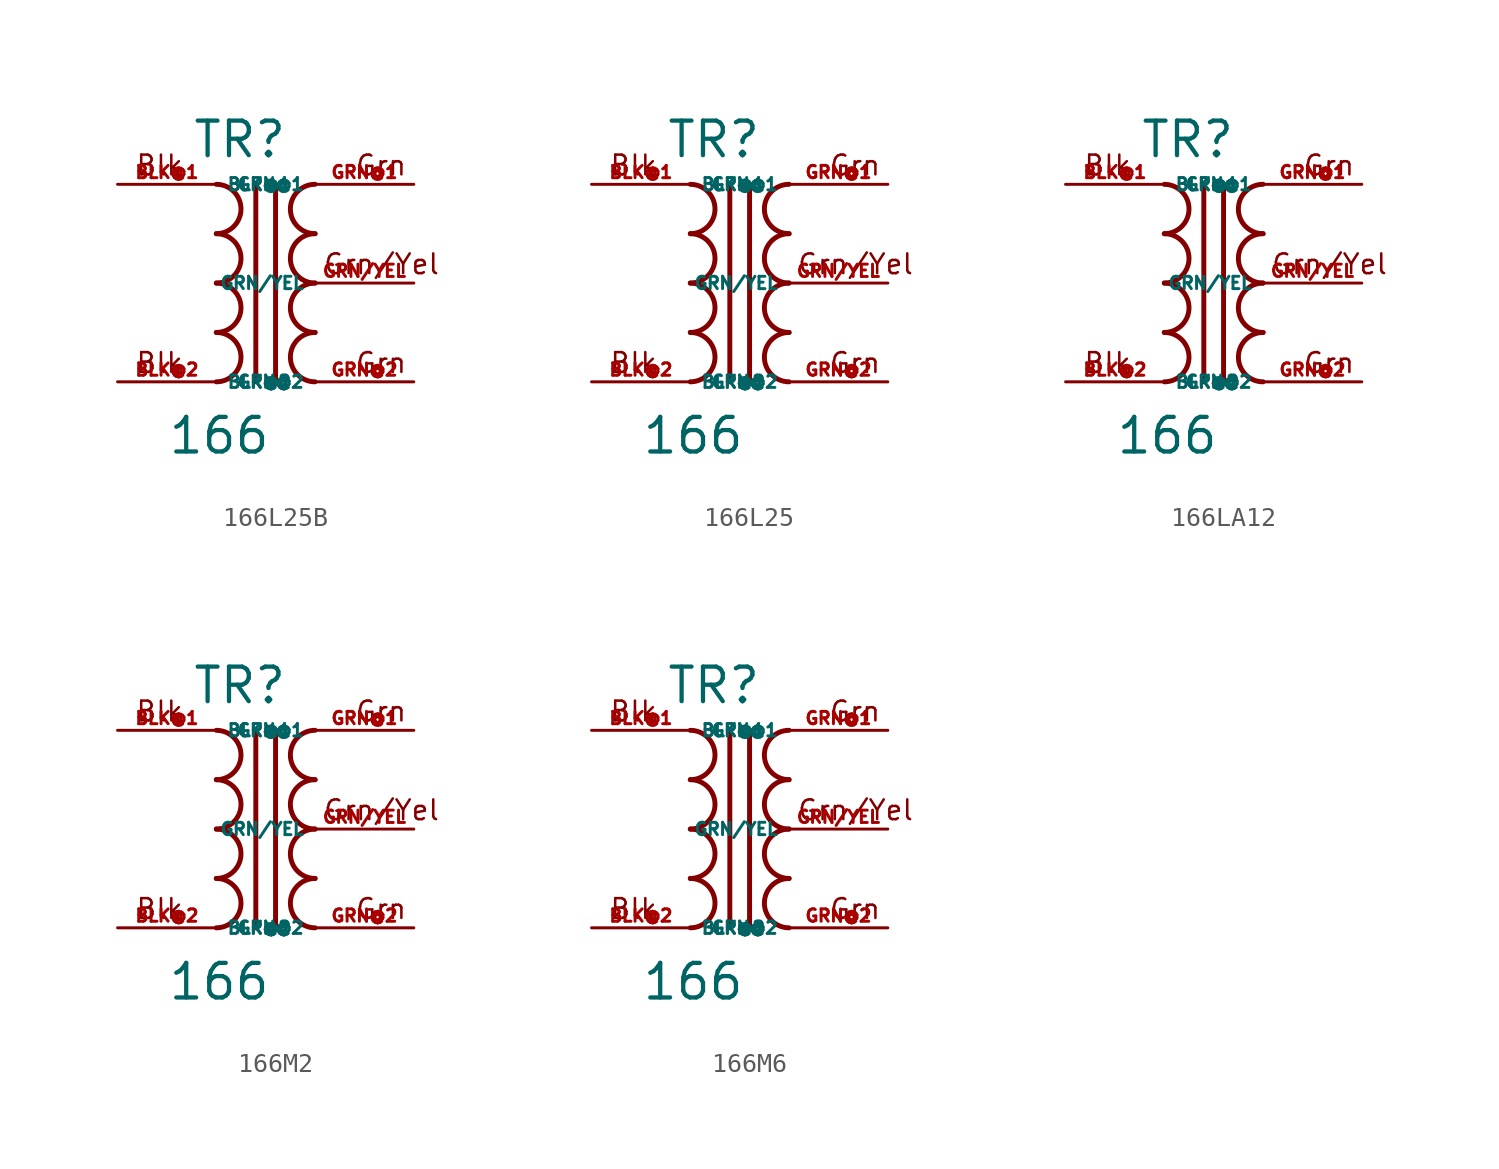
<source format=kicad_sym>
(kicad_symbol_lib
  (version 20220914)
  (generator Eagle2Kicad)
  (symbol "166L25B"
    (property "Reference" "TR"
      (at -3.81 6.35 0)
      (effects (font (size 1.778 1.778) (thickness 0.22)) (justify left bottom)))
    (property "Value" "166"
      (at -5.08 -8.89 0)
      (effects (font (size 1.778 1.778) (thickness 0.22)) (justify left bottom)))
    (polyline
      (pts (xy -0.508 5.08) (xy -0.508 -5.08))
      (stroke (width 0.254) (type default))
      (fill (type none)))
    (arc
      (start -2.54 0)
      (mid -1.270 1.270)
      (end -2.54 2.54)
      (stroke (width 0.254) (type default))
      (fill (type none)))
    (arc
      (start -2.54 -2.54)
      (mid -1.270 -1.270)
      (end -2.54 0)
      (stroke (width 0.254) (type default))
      (fill (type none)))
    (arc
      (start -2.54 -5.08)
      (mid -1.270 -3.810)
      (end -2.54 -2.54)
      (stroke (width 0.254) (type default))
      (fill (type none)))
    (arc
      (start -2.54 2.54)
      (mid -1.270 3.810)
      (end -2.54 5.08)
      (stroke (width 0.254) (type default))
      (fill (type none)))
    (arc
      (start 2.54 2.54)
      (mid 1.270 1.270)
      (end 2.54 0)
      (stroke (width 0.254) (type default))
      (fill (type none)))
    (arc
      (start 2.54 5.08)
      (mid 1.270 3.810)
      (end 2.54 2.54)
      (stroke (width 0.254) (type default))
      (fill (type none)))
    (arc
      (start 2.54 0)
      (mid 1.270 -1.270)
      (end 2.54 -2.54)
      (stroke (width 0.254) (type default))
      (fill (type none)))
    (arc
      (start 2.54 -2.54)
      (mid 1.270 -3.810)
      (end 2.54 -5.08)
      (stroke (width 0.254) (type default))
      (fill (type none)))
    (polyline
      (pts (xy 0.508 5.08) (xy 0.508 -5.08))
      (stroke (width 0.254) (type default))
      (fill (type none)))
    (text "Blk"
      (at -6.731 5.461 0)
      (effects (font (size 1.016 1.016) (thickness 0.13)) (justify left bottom)))
    (text "Blk"
      (at -6.731 -4.699 0)
      (effects (font (size 1.016 1.016) (thickness 0.13)) (justify left bottom)))
    (text "Grn"
      (at 4.572 5.461 0)
      (effects (font (size 1.016 1.016) (thickness 0.13)) (justify left bottom)))
    (text "Grn"
      (at 4.572 -4.699 0)
      (effects (font (size 1.016 1.016) (thickness 0.13)) (justify left bottom)))
    (text "Grn/Yel"
      (at 2.921 0.381 0)
      (effects (font (size 1.016 1.016) (thickness 0.13)) (justify left bottom)))
    (pin passive line
      (at -7.62 5.08 0)
      (length 5.08)
      (name "BLK@1" (effects (font (size 0.635 0.635) (thickness 0.08)) (justify left bottom)))
      (number "BLK@1" (effects (font (size 0.635 0.635) (thickness 0.08)) (justify left bottom))))
    (pin passive line
      (at -7.62 -5.08 0)
      (length 5.08)
      (name "BLK@2" (effects (font (size 0.635 0.635) (thickness 0.08)) (justify left bottom)))
      (number "BLK@2" (effects (font (size 0.635 0.635) (thickness 0.08)) (justify left bottom))))
    (pin passive line
      (at 7.62 5.08 180)
      (length 5.08)
      (name "GRN@1" (effects (font (size 0.635 0.635) (thickness 0.08)) (justify left bottom)))
      (number "GRN@1" (effects (font (size 0.635 0.635) (thickness 0.08)) (justify left bottom))))
    (pin passive line
      (at 7.62 0 180)
      (length 5.08)
      (name "GRN/YEL" (effects (font (size 0.635 0.635) (thickness 0.08)) (justify left bottom)))
      (number "GRN/YEL" (effects (font (size 0.635 0.635) (thickness 0.08)) (justify left bottom))))
    (pin passive line
      (at 7.62 -5.08 180)
      (length 5.08)
      (name "GRN@2" (effects (font (size 0.635 0.635) (thickness 0.08)) (justify left bottom)))
      (number "GRN@2" (effects (font (size 0.635 0.635) (thickness 0.08)) (justify left bottom)))))
  (symbol "166L25"
    (property "Reference" "TR"
      (at -3.81 6.35 0)
      (effects (font (size 1.778 1.778) (thickness 0.22)) (justify left bottom)))
    (property "Value" "166"
      (at -5.08 -8.89 0)
      (effects (font (size 1.778 1.778) (thickness 0.22)) (justify left bottom)))
    (polyline
      (pts (xy -0.508 5.08) (xy -0.508 -5.08))
      (stroke (width 0.254) (type default))
      (fill (type none)))
    (arc
      (start -2.54 0)
      (mid -1.270 1.270)
      (end -2.54 2.54)
      (stroke (width 0.254) (type default))
      (fill (type none)))
    (arc
      (start -2.54 -2.54)
      (mid -1.270 -1.270)
      (end -2.54 0)
      (stroke (width 0.254) (type default))
      (fill (type none)))
    (arc
      (start -2.54 -5.08)
      (mid -1.270 -3.810)
      (end -2.54 -2.54)
      (stroke (width 0.254) (type default))
      (fill (type none)))
    (arc
      (start -2.54 2.54)
      (mid -1.270 3.810)
      (end -2.54 5.08)
      (stroke (width 0.254) (type default))
      (fill (type none)))
    (arc
      (start 2.54 2.54)
      (mid 1.270 1.270)
      (end 2.54 0)
      (stroke (width 0.254) (type default))
      (fill (type none)))
    (arc
      (start 2.54 5.08)
      (mid 1.270 3.810)
      (end 2.54 2.54)
      (stroke (width 0.254) (type default))
      (fill (type none)))
    (arc
      (start 2.54 0)
      (mid 1.270 -1.270)
      (end 2.54 -2.54)
      (stroke (width 0.254) (type default))
      (fill (type none)))
    (arc
      (start 2.54 -2.54)
      (mid 1.270 -3.810)
      (end 2.54 -5.08)
      (stroke (width 0.254) (type default))
      (fill (type none)))
    (polyline
      (pts (xy 0.508 5.08) (xy 0.508 -5.08))
      (stroke (width 0.254) (type default))
      (fill (type none)))
    (text "Blk"
      (at -6.731 5.461 0)
      (effects (font (size 1.016 1.016) (thickness 0.13)) (justify left bottom)))
    (text "Blk"
      (at -6.731 -4.699 0)
      (effects (font (size 1.016 1.016) (thickness 0.13)) (justify left bottom)))
    (text "Grn"
      (at 4.572 5.461 0)
      (effects (font (size 1.016 1.016) (thickness 0.13)) (justify left bottom)))
    (text "Grn"
      (at 4.572 -4.699 0)
      (effects (font (size 1.016 1.016) (thickness 0.13)) (justify left bottom)))
    (text "Grn/Yel"
      (at 2.921 0.381 0)
      (effects (font (size 1.016 1.016) (thickness 0.13)) (justify left bottom)))
    (pin passive line
      (at -7.62 5.08 0)
      (length 5.08)
      (name "BLK@1" (effects (font (size 0.635 0.635) (thickness 0.08)) (justify left bottom)))
      (number "BLK@1" (effects (font (size 0.635 0.635) (thickness 0.08)) (justify left bottom))))
    (pin passive line
      (at -7.62 -5.08 0)
      (length 5.08)
      (name "BLK@2" (effects (font (size 0.635 0.635) (thickness 0.08)) (justify left bottom)))
      (number "BLK@2" (effects (font (size 0.635 0.635) (thickness 0.08)) (justify left bottom))))
    (pin passive line
      (at 7.62 5.08 180)
      (length 5.08)
      (name "GRN@1" (effects (font (size 0.635 0.635) (thickness 0.08)) (justify left bottom)))
      (number "GRN@1" (effects (font (size 0.635 0.635) (thickness 0.08)) (justify left bottom))))
    (pin passive line
      (at 7.62 0 180)
      (length 5.08)
      (name "GRN/YEL" (effects (font (size 0.635 0.635) (thickness 0.08)) (justify left bottom)))
      (number "GRN/YEL" (effects (font (size 0.635 0.635) (thickness 0.08)) (justify left bottom))))
    (pin passive line
      (at 7.62 -5.08 180)
      (length 5.08)
      (name "GRN@2" (effects (font (size 0.635 0.635) (thickness 0.08)) (justify left bottom)))
      (number "GRN@2" (effects (font (size 0.635 0.635) (thickness 0.08)) (justify left bottom)))))
  (symbol "166LA12"
    (property "Reference" "TR"
      (at -3.81 6.35 0)
      (effects (font (size 1.778 1.778) (thickness 0.22)) (justify left bottom)))
    (property "Value" "166"
      (at -5.08 -8.89 0)
      (effects (font (size 1.778 1.778) (thickness 0.22)) (justify left bottom)))
    (polyline
      (pts (xy -0.508 5.08) (xy -0.508 -5.08))
      (stroke (width 0.254) (type default))
      (fill (type none)))
    (arc
      (start -2.54 0)
      (mid -1.270 1.270)
      (end -2.54 2.54)
      (stroke (width 0.254) (type default))
      (fill (type none)))
    (arc
      (start -2.54 -2.54)
      (mid -1.270 -1.270)
      (end -2.54 0)
      (stroke (width 0.254) (type default))
      (fill (type none)))
    (arc
      (start -2.54 -5.08)
      (mid -1.270 -3.810)
      (end -2.54 -2.54)
      (stroke (width 0.254) (type default))
      (fill (type none)))
    (arc
      (start -2.54 2.54)
      (mid -1.270 3.810)
      (end -2.54 5.08)
      (stroke (width 0.254) (type default))
      (fill (type none)))
    (arc
      (start 2.54 2.54)
      (mid 1.270 1.270)
      (end 2.54 0)
      (stroke (width 0.254) (type default))
      (fill (type none)))
    (arc
      (start 2.54 5.08)
      (mid 1.270 3.810)
      (end 2.54 2.54)
      (stroke (width 0.254) (type default))
      (fill (type none)))
    (arc
      (start 2.54 0)
      (mid 1.270 -1.270)
      (end 2.54 -2.54)
      (stroke (width 0.254) (type default))
      (fill (type none)))
    (arc
      (start 2.54 -2.54)
      (mid 1.270 -3.810)
      (end 2.54 -5.08)
      (stroke (width 0.254) (type default))
      (fill (type none)))
    (polyline
      (pts (xy 0.508 5.08) (xy 0.508 -5.08))
      (stroke (width 0.254) (type default))
      (fill (type none)))
    (text "Blk"
      (at -6.731 5.461 0)
      (effects (font (size 1.016 1.016) (thickness 0.13)) (justify left bottom)))
    (text "Blk"
      (at -6.731 -4.699 0)
      (effects (font (size 1.016 1.016) (thickness 0.13)) (justify left bottom)))
    (text "Grn"
      (at 4.572 5.461 0)
      (effects (font (size 1.016 1.016) (thickness 0.13)) (justify left bottom)))
    (text "Grn"
      (at 4.572 -4.699 0)
      (effects (font (size 1.016 1.016) (thickness 0.13)) (justify left bottom)))
    (text "Grn/Yel"
      (at 2.921 0.381 0)
      (effects (font (size 1.016 1.016) (thickness 0.13)) (justify left bottom)))
    (pin passive line
      (at -7.62 5.08 0)
      (length 5.08)
      (name "BLK@1" (effects (font (size 0.635 0.635) (thickness 0.08)) (justify left bottom)))
      (number "BLK@1" (effects (font (size 0.635 0.635) (thickness 0.08)) (justify left bottom))))
    (pin passive line
      (at -7.62 -5.08 0)
      (length 5.08)
      (name "BLK@2" (effects (font (size 0.635 0.635) (thickness 0.08)) (justify left bottom)))
      (number "BLK@2" (effects (font (size 0.635 0.635) (thickness 0.08)) (justify left bottom))))
    (pin passive line
      (at 7.62 5.08 180)
      (length 5.08)
      (name "GRN@1" (effects (font (size 0.635 0.635) (thickness 0.08)) (justify left bottom)))
      (number "GRN@1" (effects (font (size 0.635 0.635) (thickness 0.08)) (justify left bottom))))
    (pin passive line
      (at 7.62 0 180)
      (length 5.08)
      (name "GRN/YEL" (effects (font (size 0.635 0.635) (thickness 0.08)) (justify left bottom)))
      (number "GRN/YEL" (effects (font (size 0.635 0.635) (thickness 0.08)) (justify left bottom))))
    (pin passive line
      (at 7.62 -5.08 180)
      (length 5.08)
      (name "GRN@2" (effects (font (size 0.635 0.635) (thickness 0.08)) (justify left bottom)))
      (number "GRN@2" (effects (font (size 0.635 0.635) (thickness 0.08)) (justify left bottom)))))
  (symbol "166M2"
    (property "Reference" "TR"
      (at -3.81 6.35 0)
      (effects (font (size 1.778 1.778) (thickness 0.22)) (justify left bottom)))
    (property "Value" "166"
      (at -5.08 -8.89 0)
      (effects (font (size 1.778 1.778) (thickness 0.22)) (justify left bottom)))
    (polyline
      (pts (xy -0.508 5.08) (xy -0.508 -5.08))
      (stroke (width 0.254) (type default))
      (fill (type none)))
    (arc
      (start -2.54 0)
      (mid -1.270 1.270)
      (end -2.54 2.54)
      (stroke (width 0.254) (type default))
      (fill (type none)))
    (arc
      (start -2.54 -2.54)
      (mid -1.270 -1.270)
      (end -2.54 0)
      (stroke (width 0.254) (type default))
      (fill (type none)))
    (arc
      (start -2.54 -5.08)
      (mid -1.270 -3.810)
      (end -2.54 -2.54)
      (stroke (width 0.254) (type default))
      (fill (type none)))
    (arc
      (start -2.54 2.54)
      (mid -1.270 3.810)
      (end -2.54 5.08)
      (stroke (width 0.254) (type default))
      (fill (type none)))
    (arc
      (start 2.54 2.54)
      (mid 1.270 1.270)
      (end 2.54 0)
      (stroke (width 0.254) (type default))
      (fill (type none)))
    (arc
      (start 2.54 5.08)
      (mid 1.270 3.810)
      (end 2.54 2.54)
      (stroke (width 0.254) (type default))
      (fill (type none)))
    (arc
      (start 2.54 0)
      (mid 1.270 -1.270)
      (end 2.54 -2.54)
      (stroke (width 0.254) (type default))
      (fill (type none)))
    (arc
      (start 2.54 -2.54)
      (mid 1.270 -3.810)
      (end 2.54 -5.08)
      (stroke (width 0.254) (type default))
      (fill (type none)))
    (polyline
      (pts (xy 0.508 5.08) (xy 0.508 -5.08))
      (stroke (width 0.254) (type default))
      (fill (type none)))
    (text "Blk"
      (at -6.731 5.461 0)
      (effects (font (size 1.016 1.016) (thickness 0.13)) (justify left bottom)))
    (text "Blk"
      (at -6.731 -4.699 0)
      (effects (font (size 1.016 1.016) (thickness 0.13)) (justify left bottom)))
    (text "Grn"
      (at 4.572 5.461 0)
      (effects (font (size 1.016 1.016) (thickness 0.13)) (justify left bottom)))
    (text "Grn"
      (at 4.572 -4.699 0)
      (effects (font (size 1.016 1.016) (thickness 0.13)) (justify left bottom)))
    (text "Grn/Yel"
      (at 2.921 0.381 0)
      (effects (font (size 1.016 1.016) (thickness 0.13)) (justify left bottom)))
    (pin passive line
      (at -7.62 5.08 0)
      (length 5.08)
      (name "BLK@1" (effects (font (size 0.635 0.635) (thickness 0.08)) (justify left bottom)))
      (number "BLK@1" (effects (font (size 0.635 0.635) (thickness 0.08)) (justify left bottom))))
    (pin passive line
      (at -7.62 -5.08 0)
      (length 5.08)
      (name "BLK@2" (effects (font (size 0.635 0.635) (thickness 0.08)) (justify left bottom)))
      (number "BLK@2" (effects (font (size 0.635 0.635) (thickness 0.08)) (justify left bottom))))
    (pin passive line
      (at 7.62 5.08 180)
      (length 5.08)
      (name "GRN@1" (effects (font (size 0.635 0.635) (thickness 0.08)) (justify left bottom)))
      (number "GRN@1" (effects (font (size 0.635 0.635) (thickness 0.08)) (justify left bottom))))
    (pin passive line
      (at 7.62 0 180)
      (length 5.08)
      (name "GRN/YEL" (effects (font (size 0.635 0.635) (thickness 0.08)) (justify left bottom)))
      (number "GRN/YEL" (effects (font (size 0.635 0.635) (thickness 0.08)) (justify left bottom))))
    (pin passive line
      (at 7.62 -5.08 180)
      (length 5.08)
      (name "GRN@2" (effects (font (size 0.635 0.635) (thickness 0.08)) (justify left bottom)))
      (number "GRN@2" (effects (font (size 0.635 0.635) (thickness 0.08)) (justify left bottom)))))
  (symbol "166M6"
    (property "Reference" "TR"
      (at -3.81 6.35 0)
      (effects (font (size 1.778 1.778) (thickness 0.22)) (justify left bottom)))
    (property "Value" "166"
      (at -5.08 -8.89 0)
      (effects (font (size 1.778 1.778) (thickness 0.22)) (justify left bottom)))
    (polyline
      (pts (xy -0.508 5.08) (xy -0.508 -5.08))
      (stroke (width 0.254) (type default))
      (fill (type none)))
    (arc
      (start -2.54 0)
      (mid -1.270 1.270)
      (end -2.54 2.54)
      (stroke (width 0.254) (type default))
      (fill (type none)))
    (arc
      (start -2.54 -2.54)
      (mid -1.270 -1.270)
      (end -2.54 0)
      (stroke (width 0.254) (type default))
      (fill (type none)))
    (arc
      (start -2.54 -5.08)
      (mid -1.270 -3.810)
      (end -2.54 -2.54)
      (stroke (width 0.254) (type default))
      (fill (type none)))
    (arc
      (start -2.54 2.54)
      (mid -1.270 3.810)
      (end -2.54 5.08)
      (stroke (width 0.254) (type default))
      (fill (type none)))
    (arc
      (start 2.54 2.54)
      (mid 1.270 1.270)
      (end 2.54 0)
      (stroke (width 0.254) (type default))
      (fill (type none)))
    (arc
      (start 2.54 5.08)
      (mid 1.270 3.810)
      (end 2.54 2.54)
      (stroke (width 0.254) (type default))
      (fill (type none)))
    (arc
      (start 2.54 0)
      (mid 1.270 -1.270)
      (end 2.54 -2.54)
      (stroke (width 0.254) (type default))
      (fill (type none)))
    (arc
      (start 2.54 -2.54)
      (mid 1.270 -3.810)
      (end 2.54 -5.08)
      (stroke (width 0.254) (type default))
      (fill (type none)))
    (polyline
      (pts (xy 0.508 5.08) (xy 0.508 -5.08))
      (stroke (width 0.254) (type default))
      (fill (type none)))
    (text "Blk"
      (at -6.731 5.461 0)
      (effects (font (size 1.016 1.016) (thickness 0.13)) (justify left bottom)))
    (text "Blk"
      (at -6.731 -4.699 0)
      (effects (font (size 1.016 1.016) (thickness 0.13)) (justify left bottom)))
    (text "Grn"
      (at 4.572 5.461 0)
      (effects (font (size 1.016 1.016) (thickness 0.13)) (justify left bottom)))
    (text "Grn"
      (at 4.572 -4.699 0)
      (effects (font (size 1.016 1.016) (thickness 0.13)) (justify left bottom)))
    (text "Grn/Yel"
      (at 2.921 0.381 0)
      (effects (font (size 1.016 1.016) (thickness 0.13)) (justify left bottom)))
    (pin passive line
      (at -7.62 5.08 0)
      (length 5.08)
      (name "BLK@1" (effects (font (size 0.635 0.635) (thickness 0.08)) (justify left bottom)))
      (number "BLK@1" (effects (font (size 0.635 0.635) (thickness 0.08)) (justify left bottom))))
    (pin passive line
      (at -7.62 -5.08 0)
      (length 5.08)
      (name "BLK@2" (effects (font (size 0.635 0.635) (thickness 0.08)) (justify left bottom)))
      (number "BLK@2" (effects (font (size 0.635 0.635) (thickness 0.08)) (justify left bottom))))
    (pin passive line
      (at 7.62 5.08 180)
      (length 5.08)
      (name "GRN@1" (effects (font (size 0.635 0.635) (thickness 0.08)) (justify left bottom)))
      (number "GRN@1" (effects (font (size 0.635 0.635) (thickness 0.08)) (justify left bottom))))
    (pin passive line
      (at 7.62 0 180)
      (length 5.08)
      (name "GRN/YEL" (effects (font (size 0.635 0.635) (thickness 0.08)) (justify left bottom)))
      (number "GRN/YEL" (effects (font (size 0.635 0.635) (thickness 0.08)) (justify left bottom))))
    (pin passive line
      (at 7.62 -5.08 180)
      (length 5.08)
      (name "GRN@2" (effects (font (size 0.635 0.635) (thickness 0.08)) (justify left bottom)))
      (number "GRN@2" (effects (font (size 0.635 0.635) (thickness 0.08)) (justify left bottom))))))
</source>
